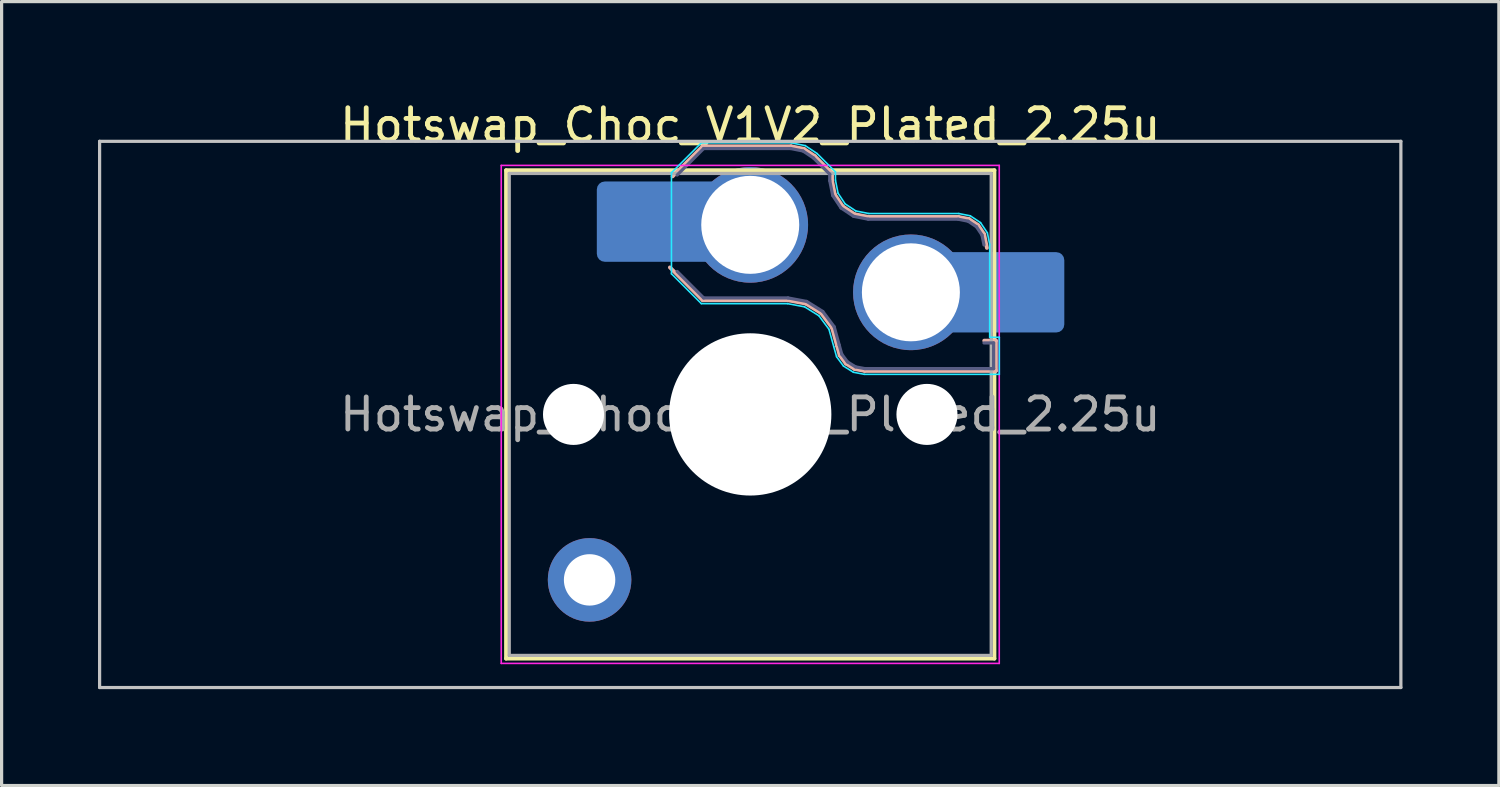
<source format=kicad_pcb>
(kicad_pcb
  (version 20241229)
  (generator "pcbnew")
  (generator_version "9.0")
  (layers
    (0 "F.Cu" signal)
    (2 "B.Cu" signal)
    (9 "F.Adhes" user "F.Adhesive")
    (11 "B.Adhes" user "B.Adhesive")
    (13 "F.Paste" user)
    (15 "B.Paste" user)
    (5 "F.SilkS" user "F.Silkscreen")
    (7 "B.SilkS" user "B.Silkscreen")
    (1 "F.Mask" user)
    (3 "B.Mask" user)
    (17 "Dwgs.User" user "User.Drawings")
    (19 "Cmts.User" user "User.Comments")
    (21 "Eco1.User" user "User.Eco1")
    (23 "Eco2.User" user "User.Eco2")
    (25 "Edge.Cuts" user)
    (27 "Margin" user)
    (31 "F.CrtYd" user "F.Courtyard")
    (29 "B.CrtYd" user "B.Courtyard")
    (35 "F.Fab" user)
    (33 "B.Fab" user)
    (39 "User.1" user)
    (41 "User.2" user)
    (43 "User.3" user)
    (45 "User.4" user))
  (footprint "Hotswap_Choc_V1V2_Plated_2.25u"
    (layer "F.Cu")
    (at 20.3 9.848)
    (property "Reference" "Hotswap_Choc_V1V2_Plated_2.25u" (at 0 -9 0) (layer "F.SilkS") (effects (font (size 1 1) (thickness 0.15))))
    (attr smd)
    (fp_line (start -7.6 -7.6) (end -7.6 7.6) (stroke (width 0.12) (type solid)) (layer "F.SilkS"))
    (fp_line (start -7.6 7.6) (end 7.6 7.6) (stroke (width 0.12) (type solid)) (layer "F.SilkS"))
    (fp_line (start 7.6 -7.6) (end -7.6 -7.6) (stroke (width 0.12) (type solid)) (layer "F.SilkS"))
    (fp_line (start 7.6 7.6) (end 7.6 -7.6) (stroke (width 0.12) (type solid)) (layer "F.SilkS"))
    (fp_line (start -2.416 -7.409) (end -1.479 -8.346) (stroke (width 0.12) (type solid)) (layer "B.SilkS"))
    (fp_line (start -1.479 -8.346) (end 1.268 -8.346) (stroke (width 0.12) (type solid)) (layer "B.SilkS"))
    (fp_line (start -1.479 -3.554) (end -2.5 -4.575) (stroke (width 0.12) (type solid)) (layer "B.SilkS"))
    (fp_line (start 1.168 -3.554) (end -1.479 -3.554) (stroke (width 0.12) (type solid)) (layer "B.SilkS"))
    (fp_line (start 1.268 -8.346) (end 1.671 -8.266) (stroke (width 0.12) (type solid)) (layer "B.SilkS"))
    (fp_line (start 1.671 -8.266) (end 2.013 -8.037) (stroke (width 0.12) (type solid)) (layer "B.SilkS"))
    (fp_line (start 1.73 -3.449) (end 1.168 -3.554) (stroke (width 0.12) (type solid)) (layer "B.SilkS"))
    (fp_line (start 2.013 -8.037) (end 2.546 -7.504) (stroke (width 0.12) (type solid)) (layer "B.SilkS"))
    (fp_line (start 2.209 -3.15) (end 1.73 -3.449) (stroke (width 0.12) (type solid)) (layer "B.SilkS"))
    (fp_line (start 2.546 -7.504) (end 2.546 -7.282) (stroke (width 0.12) (type solid)) (layer "B.SilkS"))
    (fp_line (start 2.546 -7.282) (end 2.633 -6.844) (stroke (width 0.12) (type solid)) (layer "B.SilkS"))
    (fp_line (start 2.547 -2.697) (end 2.209 -3.15) (stroke (width 0.12) (type solid)) (layer "B.SilkS"))
    (fp_line (start 2.633 -6.844) (end 2.877 -6.477) (stroke (width 0.12) (type solid)) (layer "B.SilkS"))
    (fp_line (start 2.701 -2.139) (end 2.547 -2.697) (stroke (width 0.12) (type solid)) (layer "B.SilkS"))
    (fp_line (start 2.783 -1.841) (end 2.701 -2.139) (stroke (width 0.12) (type solid)) (layer "B.SilkS"))
    (fp_line (start 2.877 -6.477) (end 3.244 -6.233) (stroke (width 0.12) (type solid)) (layer "B.SilkS"))
    (fp_line (start 2.976 -1.583) (end 2.783 -1.841) (stroke (width 0.12) (type solid)) (layer "B.SilkS"))
    (fp_line (start 3.244 -6.233) (end 3.682 -6.146) (stroke (width 0.12) (type solid)) (layer "B.SilkS"))
    (fp_line (start 3.25 -1.413) (end 2.976 -1.583) (stroke (width 0.12) (type solid)) (layer "B.SilkS"))
    (fp_line (start 3.56 -1.354) (end 3.25 -1.413) (stroke (width 0.12) (type solid)) (layer "B.SilkS"))
    (fp_line (start 3.682 -6.146) (end 6.482 -6.146) (stroke (width 0.12) (type solid)) (layer "B.SilkS"))
    (fp_line (start 6.482 -6.146) (end 6.809 -6.081) (stroke (width 0.12) (type solid)) (layer "B.SilkS"))
    (fp_line (start 6.809 -6.081) (end 7.092 -5.892) (stroke (width 0.12) (type solid)) (layer "B.SilkS"))
    (fp_line (start 7.092 -5.892) (end 7.281 -5.609) (stroke (width 0.12) (type solid)) (layer "B.SilkS"))
    (fp_line (start 7.281 -5.609) (end 7.366 -5.182) (stroke (width 0.12) (type solid)) (layer "B.SilkS"))
    (fp_line (start 7.283 -2.296) (end 7.646 -2.296) (stroke (width 0.12) (type solid)) (layer "B.SilkS"))
    (fp_line (start 7.646 -2.296) (end 7.646 -1.354) (stroke (width 0.12) (type solid)) (layer "B.SilkS"))
    (fp_line (start 7.646 -1.354) (end 3.56 -1.354) (stroke (width 0.12) (type solid)) (layer "B.SilkS"))
    (fp_line (start -20.25 -8.5) (end -20.25 8.5) (stroke (width 0.1) (type solid)) (layer "Dwgs.User"))
    (fp_line (start -20.25 8.5) (end 20.25 8.5) (stroke (width 0.1) (type solid)) (layer "Dwgs.User"))
    (fp_line (start 20.25 -8.5) (end -20.25 -8.5) (stroke (width 0.1) (type solid)) (layer "Dwgs.User"))
    (fp_line (start 20.25 8.5) (end 20.25 -8.5) (stroke (width 0.1) (type solid)) (layer "Dwgs.User"))
    (fp_line (start -7.25 -7.25) (end -7.25 7.25) (stroke (width 0.1) (type solid)) (layer "Eco1.User"))
    (fp_line (start -7.25 7.25) (end 7.25 7.25) (stroke (width 0.1) (type solid)) (layer "Eco1.User"))
    (fp_line (start 7.25 -7.25) (end -7.25 -7.25) (stroke (width 0.1) (type solid)) (layer "Eco1.User"))
    (fp_line (start 7.25 7.25) (end 7.25 -7.25) (stroke (width 0.1) (type solid)) (layer "Eco1.User"))
    (fp_line (start -2.452 -7.523) (end -1.523 -8.452) (stroke (width 0.05) (type solid)) (layer "B.CrtYd"))
    (fp_line (start -2.452 -4.377) (end -2.452 -7.523) (stroke (width 0.05) (type solid)) (layer "B.CrtYd"))
    (fp_line (start -1.523 -8.452) (end 1.278 -8.452) (stroke (width 0.05) (type solid)) (layer "B.CrtYd"))
    (fp_line (start -1.523 -3.448) (end -2.452 -4.377) (stroke (width 0.05) (type solid)) (layer "B.CrtYd"))
    (fp_line (start 1.159 -3.448) (end -1.523 -3.448) (stroke (width 0.05) (type solid)) (layer "B.CrtYd"))
    (fp_line (start 1.278 -8.452) (end 1.712 -8.366) (stroke (width 0.05) (type solid)) (layer "B.CrtYd"))
    (fp_line (start 1.691 -3.348) (end 1.159 -3.448) (stroke (width 0.05) (type solid)) (layer "B.CrtYd"))
    (fp_line (start 1.712 -8.366) (end 2.081 -8.119) (stroke (width 0.05) (type solid)) (layer "B.CrtYd"))
    (fp_line (start 2.081 -8.119) (end 2.652 -7.548) (stroke (width 0.05) (type solid)) (layer "B.CrtYd"))
    (fp_line (start 2.136 -3.071) (end 1.691 -3.348) (stroke (width 0.05) (type solid)) (layer "B.CrtYd"))
    (fp_line (start 2.45 -2.65) (end 2.136 -3.071) (stroke (width 0.05) (type solid)) (layer "B.CrtYd"))
    (fp_line (start 2.599 -2.111) (end 2.45 -2.65) (stroke (width 0.05) (type solid)) (layer "B.CrtYd"))
    (fp_line (start 2.652 -7.548) (end 2.652 -7.292) (stroke (width 0.05) (type solid)) (layer "B.CrtYd"))
    (fp_line (start 2.652 -7.292) (end 2.733 -6.885) (stroke (width 0.05) (type solid)) (layer "B.CrtYd"))
    (fp_line (start 2.687 -1.794) (end 2.599 -2.111) (stroke (width 0.05) (type solid)) (layer "B.CrtYd"))
    (fp_line (start 2.733 -6.885) (end 2.953 -6.553) (stroke (width 0.05) (type solid)) (layer "B.CrtYd"))
    (fp_line (start 2.903 -1.503) (end 2.687 -1.794) (stroke (width 0.05) (type solid)) (layer "B.CrtYd"))
    (fp_line (start 2.953 -6.553) (end 3.285 -6.333) (stroke (width 0.05) (type solid)) (layer "B.CrtYd"))
    (fp_line (start 3.211 -1.312) (end 2.903 -1.503) (stroke (width 0.05) (type solid)) (layer "B.CrtYd"))
    (fp_line (start 3.285 -6.333) (end 3.692 -6.252) (stroke (width 0.05) (type solid)) (layer "B.CrtYd"))
    (fp_line (start 3.55 -1.248) (end 3.211 -1.312) (stroke (width 0.05) (type solid)) (layer "B.CrtYd"))
    (fp_line (start 3.692 -6.252) (end 6.492 -6.252) (stroke (width 0.05) (type solid)) (layer "B.CrtYd"))
    (fp_line (start 6.492 -6.252) (end 6.85 -6.181) (stroke (width 0.05) (type solid)) (layer "B.CrtYd"))
    (fp_line (start 6.85 -6.181) (end 7.168 -5.968) (stroke (width 0.05) (type solid)) (layer "B.CrtYd"))
    (fp_line (start 7.168 -5.968) (end 7.381 -5.65) (stroke (width 0.05) (type solid)) (layer "B.CrtYd"))
    (fp_line (start 7.381 -5.65) (end 7.452 -5.292) (stroke (width 0.05) (type solid)) (layer "B.CrtYd"))
    (fp_line (start 7.452 -5.292) (end 7.452 -2.402) (stroke (width 0.05) (type solid)) (layer "B.CrtYd"))
    (fp_line (start 7.452 -2.402) (end 7.752 -2.402) (stroke (width 0.05) (type solid)) (layer "B.CrtYd"))
    (fp_line (start 7.752 -2.402) (end 7.752 -1.248) (stroke (width 0.05) (type solid)) (layer "B.CrtYd"))
    (fp_line (start 7.752 -1.248) (end 3.55 -1.248) (stroke (width 0.05) (type solid)) (layer "B.CrtYd"))
    (fp_line (start -7.75 -7.75) (end -7.75 7.75) (stroke (width 0.05) (type solid)) (layer "F.CrtYd"))
    (fp_line (start -7.75 7.75) (end 7.75 7.75) (stroke (width 0.05) (type solid)) (layer "F.CrtYd"))
    (fp_line (start 7.75 -7.75) (end -7.75 -7.75) (stroke (width 0.05) (type solid)) (layer "F.CrtYd"))
    (fp_line (start 7.75 7.75) (end 7.75 -7.75) (stroke (width 0.05) (type solid)) (layer "F.CrtYd"))
    (fp_line (start -2.275 -7.45) (end -1.45 -8.275) (stroke (width 0.1) (type solid)) (layer "B.Fab"))
    (fp_line (start -1.45 -8.275) (end 1.261 -8.275) (stroke (width 0.1) (type solid)) (layer "B.Fab"))
    (fp_line (start -1.45 -3.625) (end -2.275 -4.45) (stroke (width 0.1) (type solid)) (layer "B.Fab"))
    (fp_line (start 1.175 -3.625) (end -1.45 -3.625) (stroke (width 0.1) (type solid)) (layer "B.Fab"))
    (fp_line (start 1.261 -8.275) (end 1.643 -8.199) (stroke (width 0.1) (type solid)) (layer "B.Fab"))
    (fp_line (start 1.643 -8.199) (end 1.968 -7.982) (stroke (width 0.1) (type solid)) (layer "B.Fab"))
    (fp_line (start 1.756 -3.516) (end 1.175 -3.625) (stroke (width 0.1) (type solid)) (layer "B.Fab"))
    (fp_line (start 1.968 -7.982) (end 2.475 -7.475) (stroke (width 0.1) (type solid)) (layer "B.Fab"))
    (fp_line (start 2.258 -3.203) (end 1.756 -3.516) (stroke (width 0.1) (type solid)) (layer "B.Fab"))
    (fp_line (start 2.475 -7.475) (end 2.475 -7.275) (stroke (width 0.1) (type solid)) (layer "B.Fab"))
    (fp_line (start 2.475 -7.275) (end 2.566 -6.816) (stroke (width 0.1) (type solid)) (layer "B.Fab"))
    (fp_line (start 2.566 -6.816) (end 2.826 -6.426) (stroke (width 0.1) (type solid)) (layer "B.Fab"))
    (fp_line (start 2.612 -2.729) (end 2.258 -3.203) (stroke (width 0.1) (type solid)) (layer "B.Fab"))
    (fp_line (start 2.769 -2.158) (end 2.612 -2.729) (stroke (width 0.1) (type solid)) (layer "B.Fab"))
    (fp_line (start 2.826 -6.426) (end 3.216 -6.166) (stroke (width 0.1) (type solid)) (layer "B.Fab"))
    (fp_line (start 2.848 -1.873) (end 2.769 -2.158) (stroke (width 0.1) (type solid)) (layer "B.Fab"))
    (fp_line (start 3.025 -1.636) (end 2.848 -1.873) (stroke (width 0.1) (type solid)) (layer "B.Fab"))
    (fp_line (start 3.216 -6.166) (end 3.675 -6.075) (stroke (width 0.1) (type solid)) (layer "B.Fab"))
    (fp_line (start 3.276 -1.48) (end 3.025 -1.636) (stroke (width 0.1) (type solid)) (layer "B.Fab"))
    (fp_line (start 3.567 -1.425) (end 3.276 -1.48) (stroke (width 0.1) (type solid)) (layer "B.Fab"))
    (fp_line (start 3.675 -6.075) (end 6.475 -6.075) (stroke (width 0.1) (type solid)) (layer "B.Fab"))
    (fp_line (start 6.475 -6.075) (end 6.781 -6.014) (stroke (width 0.1) (type solid)) (layer "B.Fab"))
    (fp_line (start 6.781 -6.014) (end 7.041 -5.841) (stroke (width 0.1) (type solid)) (layer "B.Fab"))
    (fp_line (start 7.041 -5.841) (end 7.214 -5.581) (stroke (width 0.1) (type solid)) (layer "B.Fab"))
    (fp_line (start 7.214 -5.581) (end 7.275 -5.275) (stroke (width 0.1) (type solid)) (layer "B.Fab"))
    (fp_line (start 7.275 -2.225) (end 7.575 -2.225) (stroke (width 0.1) (type solid)) (layer "B.Fab"))
    (fp_line (start 7.575 -2.225) (end 7.575 -1.425) (stroke (width 0.1) (type solid)) (layer "B.Fab"))
    (fp_line (start 7.575 -1.425) (end 3.567 -1.425) (stroke (width 0.1) (type solid)) (layer "B.Fab"))
    (fp_line (start -7.5 -7.5) (end -7.5 7.5) (stroke (width 0.1) (type solid)) (layer "F.Fab"))
    (fp_line (start -7.5 7.5) (end 7.5 7.5) (stroke (width 0.1) (type solid)) (layer "F.Fab"))
    (fp_line (start 7.5 -7.5) (end -7.5 -7.5) (stroke (width 0.1) (type solid)) (layer "F.Fab"))
    (fp_line (start 7.5 7.5) (end 7.5 -7.5) (stroke (width 0.1) (type solid)) (layer "F.Fab"))
    (fp_text user "${REFERENCE}" (at 0 0 0) (layer "F.Fab") (effects (font (size 1 1) (thickness 0.15))))
    (pad "" np_thru_hole circle (at -5.5 0) (size 1.9 1.9) (drill 1.9) (layers "*.Cu" "*.Mask"))
    (pad "" thru_hole circle (at -5 5.15) (size 2.6 2.6) (drill 1.6) (layers "*.Cu" "*.Mask"))
    (pad "" smd roundrect (at -3.5 -6) (size 2.55 2.5) (layers "B.Mask" "B.Paste") (roundrect_rratio 0.1))
    (pad "" np_thru_hole circle (at 0 0) (size 5.05 5.05) (drill 5.05) (layers "*.Cu" "*.Mask"))
    (pad "" np_thru_hole circle (at 5.5 0) (size 1.9 1.9) (drill 1.9) (layers "*.Cu" "*.Mask"))
    (pad "" smd roundrect (at 8.5 -3.8) (size 2.55 2.5) (layers "B.Mask" "B.Paste") (roundrect_rratio 0.1))
    (pad "1" smd roundrect (at -2.85 -6) (size 3.85 2.5) (layers "B.Cu") (roundrect_rratio 0.1))
    (pad "1" thru_hole circle (at 0 -5.9) (size 3.6 3.6) (drill 3.05) (layers "*.Cu" "*.Mask"))
    (pad "2" thru_hole circle (at 5 -3.8) (size 3.6 3.6) (drill 3.05) (layers "*.Cu" "*.Mask"))
    (pad "2" smd roundrect (at 7.85 -3.8) (size 3.85 2.5) (layers "B.Cu") (roundrect_rratio 0.1)))
  (gr_rect
    (start -3 -3)
    (end 43.6 21.398)
    (stroke (width 0.1) (type default))
    (fill no)
    (layer "Edge.Cuts")))
</source>
